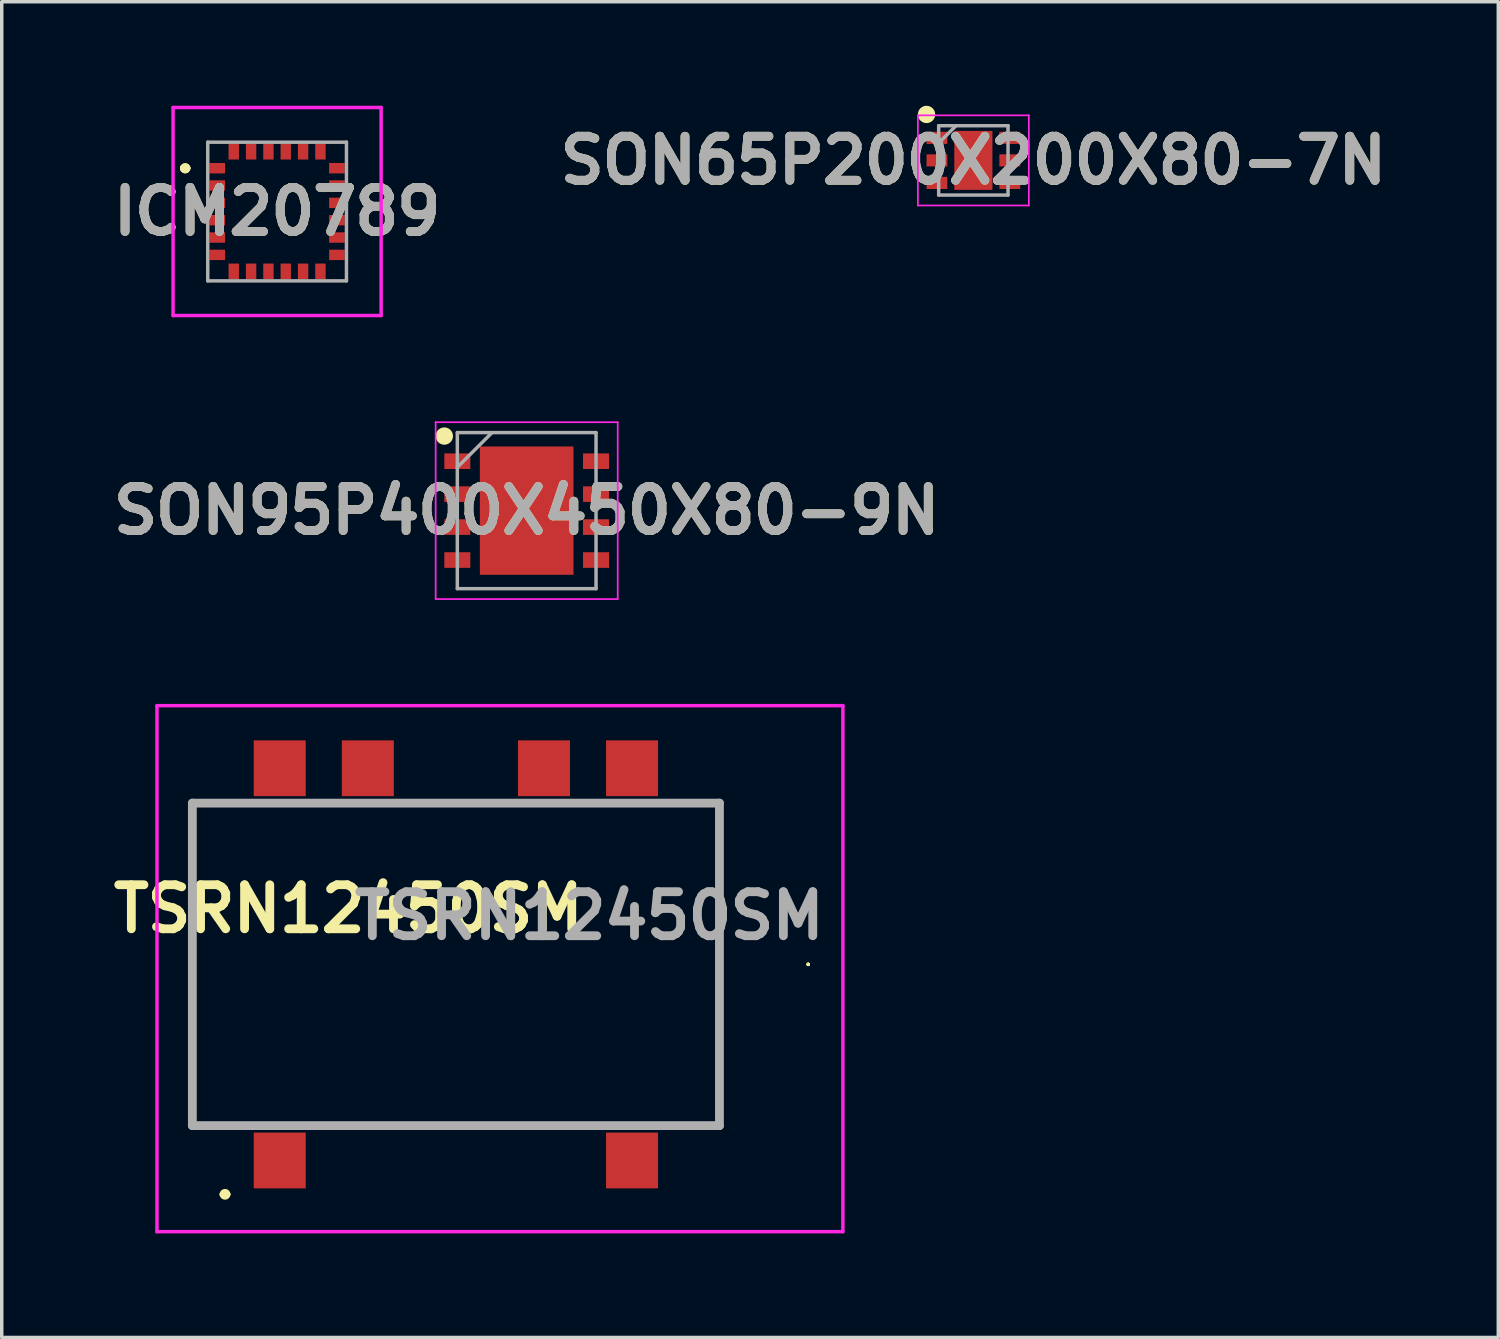
<source format=kicad_pcb>
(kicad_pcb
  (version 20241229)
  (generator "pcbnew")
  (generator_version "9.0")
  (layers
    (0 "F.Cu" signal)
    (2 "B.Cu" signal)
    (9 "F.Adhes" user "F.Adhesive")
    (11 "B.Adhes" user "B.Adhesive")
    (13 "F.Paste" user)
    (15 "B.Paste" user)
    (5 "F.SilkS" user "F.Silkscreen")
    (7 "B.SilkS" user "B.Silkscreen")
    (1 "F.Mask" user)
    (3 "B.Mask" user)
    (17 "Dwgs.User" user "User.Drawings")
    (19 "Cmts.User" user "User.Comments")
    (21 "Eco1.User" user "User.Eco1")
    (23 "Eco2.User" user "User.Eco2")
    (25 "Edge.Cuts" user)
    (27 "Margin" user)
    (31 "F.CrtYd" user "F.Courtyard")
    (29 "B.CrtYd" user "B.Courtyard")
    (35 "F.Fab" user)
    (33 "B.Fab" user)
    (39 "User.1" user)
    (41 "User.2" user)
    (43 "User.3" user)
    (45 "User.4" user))
  (footprint "SON65P200X200X80-7N"
    (layer "F.Cu")
    (at 25.019 1.575)
    (property "Reference" "SON65P200X200X80-7N" (at 0 0 0) (layer "F.SilkS") (effects (font (size 1.27 1.27) (thickness 0.254))))
    (attr smd)
    (fp_circle (center -1.35 -1.325) (end -1.35 -1.2) (stroke (width 0.25) (type solid)) (fill no) (layer "F.SilkS"))
    (fp_line (start -1.6 -1.3) (end 1.6 -1.3) (stroke (width 0.05) (type solid)) (layer "F.CrtYd"))
    (fp_line (start -1.6 1.3) (end -1.6 -1.3) (stroke (width 0.05) (type solid)) (layer "F.CrtYd"))
    (fp_line (start 1.6 -1.3) (end 1.6 1.3) (stroke (width 0.05) (type solid)) (layer "F.CrtYd"))
    (fp_line (start 1.6 1.3) (end -1.6 1.3) (stroke (width 0.05) (type solid)) (layer "F.CrtYd"))
    (fp_line (start -1 -1) (end 1 -1) (stroke (width 0.1) (type solid)) (layer "F.Fab"))
    (fp_line (start -1 -0.5) (end -0.5 -1) (stroke (width 0.1) (type solid)) (layer "F.Fab"))
    (fp_line (start -1 1) (end -1 -1) (stroke (width 0.1) (type solid)) (layer "F.Fab"))
    (fp_line (start 1 -1) (end 1 1) (stroke (width 0.1) (type solid)) (layer "F.Fab"))
    (fp_line (start 1 1) (end -1 1) (stroke (width 0.1) (type solid)) (layer "F.Fab"))
    (fp_text user "${REFERENCE}" (at 0 0 0) (layer "F.Fab") (effects (font (size 1.27 1.27) (thickness 0.254))))
    (pad "1" smd rect (at -1.05 -0.65 90) (size 0.35 0.6) (layers "F.Cu" "F.Mask" "F.Paste"))
    (pad "2" smd rect (at -1.05 0 90) (size 0.35 0.6) (layers "F.Cu" "F.Mask" "F.Paste"))
    (pad "3" smd rect (at -1.05 0.65 90) (size 0.35 0.6) (layers "F.Cu" "F.Mask" "F.Paste"))
    (pad "4" smd rect (at 1.05 0.65 90) (size 0.35 0.6) (layers "F.Cu" "F.Mask" "F.Paste"))
    (pad "5" smd rect (at 1.05 0 90) (size 0.35 0.6) (layers "F.Cu" "F.Mask" "F.Paste"))
    (pad "6" smd rect (at 1.05 -0.65 90) (size 0.35 0.6) (layers "F.Cu" "F.Mask" "F.Paste"))
    (pad "7" smd rect (at 0 0) (size 1.1 1.7) (layers "F.Cu" "F.Mask" "F.Paste")))
  (footprint "TSRN12450SM"
    (layer "F.Cu")
    (at 10.097 24.76)
    (property "Reference" "TSRN12450SM" (at -3.1 -1.6 0) (layer "F.SilkS") (effects (font (size 1.27 1.27) (thickness 0.254))))
    (attr smd)
    (fp_line (start -7.62 -4.65) (end 7.6 -4.65) (stroke (width 0.1) (type solid)) (layer "F.SilkS"))
    (fp_line (start -7.62 4.65) (end -7.62 -4.65) (stroke (width 0.1) (type solid)) (layer "F.SilkS"))
    (fp_line (start -6.736 6.631) (end -6.736 6.631) (stroke (width 0.157) (type solid)) (layer "F.SilkS"))
    (fp_line (start -6.58 6.631) (end -6.58 6.631) (stroke (width 0.157) (type solid)) (layer "F.SilkS"))
    (fp_line (start 7.6 -4.65) (end 7.6 4.65) (stroke (width 0.1) (type solid)) (layer "F.SilkS"))
    (fp_line (start 7.6 4.65) (end -7.62 4.65) (stroke (width 0.1) (type solid)) (layer "F.SilkS"))
    (fp_line (start 10.16 0) (end 10.16 0) (stroke (width 0.1) (type solid)) (layer "F.SilkS"))
    (fp_line (start 10.16 0) (end 10.16 0) (stroke (width 0.1) (type solid)) (layer "F.SilkS"))
    (fp_line (start 10.16 0) (end 10.16 0) (stroke (width 0.1) (type solid)) (layer "F.SilkS"))
    (fp_line (start 10.16 0) (end 10.16 0) (stroke (width 0.1) (type solid)) (layer "F.SilkS"))
    (fp_arc (start -6.736 6.631) (mid -6.658 6.553) (end -6.58 6.631) (stroke (width 0.15655) (type solid)) (layer "F.SilkS"))
    (fp_arc (start -6.58 6.631) (mid -6.658 6.709) (end -6.736 6.631) (stroke (width 0.15655) (type solid)) (layer "F.SilkS"))
    (fp_line (start -8.62 -7.46) (end 11.16 -7.46) (stroke (width 0.1) (type solid)) (layer "F.CrtYd"))
    (fp_line (start -8.62 7.709) (end -8.62 -7.46) (stroke (width 0.1) (type solid)) (layer "F.CrtYd"))
    (fp_line (start 11.16 -7.46) (end 11.16 7.709) (stroke (width 0.1) (type solid)) (layer "F.CrtYd"))
    (fp_line (start 11.16 7.709) (end -8.62 7.709) (stroke (width 0.1) (type solid)) (layer "F.CrtYd"))
    (fp_line (start -7.6 -4.65) (end 7.6 -4.65) (stroke (width 0.254) (type solid)) (layer "F.Fab"))
    (fp_line (start -7.6 4.65) (end -7.6 -4.65) (stroke (width 0.254) (type solid)) (layer "F.Fab"))
    (fp_line (start 7.6 -4.65) (end 7.6 4.65) (stroke (width 0.254) (type solid)) (layer "F.Fab"))
    (fp_line (start 7.6 4.65) (end -7.6 4.65) (stroke (width 0.254) (type solid)) (layer "F.Fab"))
    (fp_text user "${REFERENCE}" (at 3.85 -1.4 0) (layer "F.Fab") (effects (font (size 1.27 1.27) (thickness 0.254))))
    (pad "1" smd rect (at -5.08 5.655) (size 1.5 1.61) (layers "F.Cu" "F.Mask" "F.Paste"))
    (pad "5" smd rect (at 5.08 5.655) (size 1.5 1.61) (layers "F.Cu" "F.Mask" "F.Paste"))
    (pad "6" smd rect (at 5.08 -5.655) (size 1.5 1.61) (layers "F.Cu" "F.Mask" "F.Paste"))
    (pad "7" smd rect (at 2.54 -5.655) (size 1.5 1.61) (layers "F.Cu" "F.Mask" "F.Paste"))
    (pad "9" smd rect (at -2.54 -5.655) (size 1.5 1.61) (layers "F.Cu" "F.Mask" "F.Paste"))
    (pad "10" smd rect (at -5.08 -5.655) (size 1.5 1.61) (layers "F.Cu" "F.Mask" "F.Paste")))
  (footprint "ICM20789"
    (layer "F.Cu")
    (at 4.941 3.05)
    (property "Reference" "ICM20789" (at 0 0 0) (layer "F.SilkS") (effects (font (size 1.27 1.27) (thickness 0.254))))
    (attr smd)
    (fp_line (start -2.7 -1.25) (end -2.7 -1.25) (stroke (width 0.2) (type solid)) (layer "F.SilkS"))
    (fp_line (start -2.7 -1.25) (end -2.7 -1.25) (stroke (width 0.2) (type solid)) (layer "F.SilkS"))
    (fp_line (start -2.6 -1.25) (end -2.6 -1.25) (stroke (width 0.2) (type solid)) (layer "F.SilkS"))
    (fp_arc (start -2.7 -1.25) (mid -2.65 -1.3) (end -2.6 -1.25) (stroke (width 0.2) (type solid)) (layer "F.SilkS"))
    (fp_arc (start -2.6 -1.25) (mid -2.65 -1.2) (end -2.7 -1.25) (stroke (width 0.2) (type solid)) (layer "F.SilkS"))
    (fp_arc (start -2.6 -1.25) (mid -2.65 -1.2) (end -2.7 -1.25) (stroke (width 0.2) (type solid)) (layer "F.SilkS"))
    (fp_line (start -3 -3) (end 3 -3) (stroke (width 0.1) (type solid)) (layer "F.CrtYd"))
    (fp_line (start -3 3) (end -3 -3) (stroke (width 0.1) (type solid)) (layer "F.CrtYd"))
    (fp_line (start 3 -3) (end 3 3) (stroke (width 0.1) (type solid)) (layer "F.CrtYd"))
    (fp_line (start 3 3) (end -3 3) (stroke (width 0.1) (type solid)) (layer "F.CrtYd"))
    (fp_line (start -2 -2) (end -2 2) (stroke (width 0.1) (type solid)) (layer "F.Fab"))
    (fp_line (start -2 2) (end 2 2) (stroke (width 0.1) (type solid)) (layer "F.Fab"))
    (fp_line (start 2 -2) (end -2 -2) (stroke (width 0.1) (type solid)) (layer "F.Fab"))
    (fp_line (start 2 2) (end 2 -2) (stroke (width 0.1) (type solid)) (layer "F.Fab"))
    (fp_text user "${REFERENCE}" (at 0 0 0) (layer "F.Fab") (effects (font (size 1.27 1.27) (thickness 0.254))))
    (pad "1" smd rect (at -1.725 -1.25 90) (size 0.3 0.45) (layers "F.Cu" "F.Mask" "F.Paste"))
    (pad "2" smd rect (at -1.725 -0.75 90) (size 0.3 0.45) (layers "F.Cu" "F.Mask" "F.Paste"))
    (pad "3" smd rect (at -1.725 -0.25 90) (size 0.3 0.45) (layers "F.Cu" "F.Mask" "F.Paste"))
    (pad "4" smd rect (at -1.725 0.25 90) (size 0.3 0.45) (layers "F.Cu" "F.Mask" "F.Paste"))
    (pad "5" smd rect (at -1.725 0.75 90) (size 0.3 0.45) (layers "F.Cu" "F.Mask" "F.Paste"))
    (pad "6" smd rect (at -1.725 1.25 90) (size 0.3 0.45) (layers "F.Cu" "F.Mask" "F.Paste"))
    (pad "7" smd rect (at -1.25 1.725) (size 0.3 0.45) (layers "F.Cu" "F.Mask" "F.Paste"))
    (pad "8" smd rect (at -0.75 1.725) (size 0.3 0.45) (layers "F.Cu" "F.Mask" "F.Paste"))
    (pad "9" smd rect (at -0.25 1.725) (size 0.3 0.45) (layers "F.Cu" "F.Mask" "F.Paste"))
    (pad "10" smd rect (at 0.25 1.725) (size 0.3 0.45) (layers "F.Cu" "F.Mask" "F.Paste"))
    (pad "11" smd rect (at 0.75 1.725) (size 0.3 0.45) (layers "F.Cu" "F.Mask" "F.Paste"))
    (pad "12" smd rect (at 1.25 1.725) (size 0.3 0.45) (layers "F.Cu" "F.Mask" "F.Paste"))
    (pad "13" smd rect (at 1.725 1.25 90) (size 0.3 0.45) (layers "F.Cu" "F.Mask" "F.Paste"))
    (pad "14" smd rect (at 1.725 0.75 90) (size 0.3 0.45) (layers "F.Cu" "F.Mask" "F.Paste"))
    (pad "15" smd rect (at 1.725 0.25 90) (size 0.3 0.45) (layers "F.Cu" "F.Mask" "F.Paste"))
    (pad "16" smd rect (at 1.725 -0.25 90) (size 0.3 0.45) (layers "F.Cu" "F.Mask" "F.Paste"))
    (pad "17" smd rect (at 1.725 -0.75 90) (size 0.3 0.45) (layers "F.Cu" "F.Mask" "F.Paste"))
    (pad "18" smd rect (at 1.725 -1.25 90) (size 0.3 0.45) (layers "F.Cu" "F.Mask" "F.Paste"))
    (pad "19" smd rect (at 1.25 -1.725) (size 0.3 0.45) (layers "F.Cu" "F.Mask" "F.Paste"))
    (pad "20" smd rect (at 0.75 -1.725) (size 0.3 0.45) (layers "F.Cu" "F.Mask" "F.Paste"))
    (pad "21" smd rect (at 0.25 -1.725) (size 0.3 0.45) (layers "F.Cu" "F.Mask" "F.Paste"))
    (pad "22" smd rect (at -0.25 -1.725) (size 0.3 0.45) (layers "F.Cu" "F.Mask" "F.Paste"))
    (pad "23" smd rect (at -0.75 -1.725) (size 0.3 0.45) (layers "F.Cu" "F.Mask" "F.Paste"))
    (pad "24" smd rect (at -1.25 -1.725) (size 0.3 0.45) (layers "F.Cu" "F.Mask" "F.Paste")))
  (footprint "SON95P400X450X80-9N"
    (layer "F.Cu")
    (at 12.138 11.675)
    (property "Reference" "SON95P400X450X80-9N" (at 0 0 0) (layer "F.SilkS") (effects (font (size 1.27 1.27) (thickness 0.254))))
    (attr smd)
    (fp_circle (center -2.375 -2.15) (end -2.375 -2.025) (stroke (width 0.25) (type solid)) (fill no) (layer "F.SilkS"))
    (fp_line (start -2.625 -2.55) (end 2.625 -2.55) (stroke (width 0.05) (type solid)) (layer "F.CrtYd"))
    (fp_line (start -2.625 2.55) (end -2.625 -2.55) (stroke (width 0.05) (type solid)) (layer "F.CrtYd"))
    (fp_line (start 2.625 -2.55) (end 2.625 2.55) (stroke (width 0.05) (type solid)) (layer "F.CrtYd"))
    (fp_line (start 2.625 2.55) (end -2.625 2.55) (stroke (width 0.05) (type solid)) (layer "F.CrtYd"))
    (fp_line (start -2 -2.25) (end 2 -2.25) (stroke (width 0.1) (type solid)) (layer "F.Fab"))
    (fp_line (start -2 -1.25) (end -1 -2.25) (stroke (width 0.1) (type solid)) (layer "F.Fab"))
    (fp_line (start -2 2.25) (end -2 -2.25) (stroke (width 0.1) (type solid)) (layer "F.Fab"))
    (fp_line (start 2 -2.25) (end 2 2.25) (stroke (width 0.1) (type solid)) (layer "F.Fab"))
    (fp_line (start 2 2.25) (end -2 2.25) (stroke (width 0.1) (type solid)) (layer "F.Fab"))
    (fp_text user "${REFERENCE}" (at 0 0 0) (layer "F.Fab") (effects (font (size 1.27 1.27) (thickness 0.254))))
    (pad "1" smd rect (at -2 -1.425 90) (size 0.45 0.75) (layers "F.Cu" "F.Mask" "F.Paste"))
    (pad "2" smd rect (at -2 -0.475 90) (size 0.45 0.75) (layers "F.Cu" "F.Mask" "F.Paste"))
    (pad "3" smd rect (at -2 0.475 90) (size 0.45 0.75) (layers "F.Cu" "F.Mask" "F.Paste"))
    (pad "4" smd rect (at -2 1.425 90) (size 0.45 0.75) (layers "F.Cu" "F.Mask" "F.Paste"))
    (pad "5" smd rect (at 2 1.425 90) (size 0.45 0.75) (layers "F.Cu" "F.Mask" "F.Paste"))
    (pad "6" smd rect (at 2 0.475 90) (size 0.45 0.75) (layers "F.Cu" "F.Mask" "F.Paste"))
    (pad "7" smd rect (at 2 -0.475 90) (size 0.45 0.75) (layers "F.Cu" "F.Mask" "F.Paste"))
    (pad "8" smd rect (at 2 -1.425 90) (size 0.45 0.75) (layers "F.Cu" "F.Mask" "F.Paste"))
    (pad "9" smd rect (at 0 0) (size 2.7 3.7) (layers "F.Cu" "F.Mask" "F.Paste")))
  (gr_rect
    (start -3 -3)
    (end 40.157 35.519)
    (stroke (width 0.1) (type default))
    (fill no)
    (layer "Edge.Cuts")))
</source>
